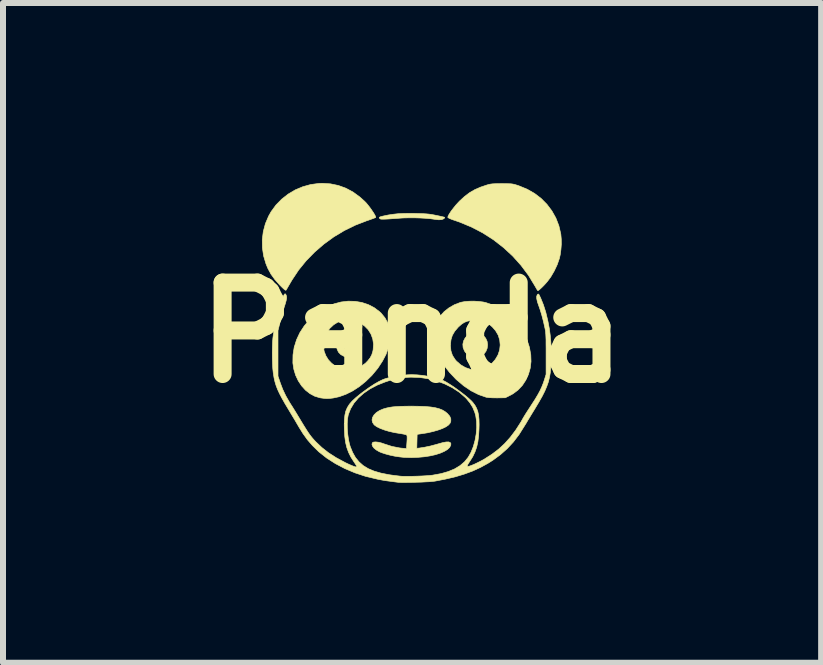
<source format=kicad_pcb>
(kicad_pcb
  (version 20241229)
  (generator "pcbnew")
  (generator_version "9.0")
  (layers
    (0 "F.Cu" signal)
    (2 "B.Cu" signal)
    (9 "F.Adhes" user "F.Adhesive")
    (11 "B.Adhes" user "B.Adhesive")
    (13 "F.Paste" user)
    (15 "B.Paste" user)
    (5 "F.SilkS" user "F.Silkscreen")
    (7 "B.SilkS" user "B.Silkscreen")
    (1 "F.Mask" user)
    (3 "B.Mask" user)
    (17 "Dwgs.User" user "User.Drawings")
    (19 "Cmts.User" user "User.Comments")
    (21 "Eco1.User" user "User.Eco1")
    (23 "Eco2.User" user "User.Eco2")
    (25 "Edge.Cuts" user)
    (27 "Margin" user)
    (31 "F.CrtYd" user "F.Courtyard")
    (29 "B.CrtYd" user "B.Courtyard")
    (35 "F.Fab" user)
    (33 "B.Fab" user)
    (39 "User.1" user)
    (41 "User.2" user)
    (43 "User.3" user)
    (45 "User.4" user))
  (footprint "Panda"
    (layer "F.Cu")
    (at 3.817 2.494)
    (property "Reference" "Panda" (at 0 0 0) (layer "F.SilkS") (effects (font (size 1.524 1.524) (thickness 0.3))))
    (attr through_hole)
    (fp_poly (pts (xy -0.995 0.012) (xy -0.943 0.037) (xy -0.899 0.077) (xy -0.869 0.125) (xy -0.852 0.182) (xy -0.853 0.237) (xy -0.869 0.288) (xy -0.899 0.333) (xy -0.939 0.37) (xy -0.988 0.395) (xy -1.043 0.407) (xy -1.102 0.404) (xy -1.133 0.395) (xy -1.187 0.366) (xy -1.227 0.324) (xy -1.251 0.27) (xy -1.259 0.207) (xy -1.138 0.207) (xy -1.137 0.236) (xy -1.129 0.254) (xy -1.118 0.264) (xy -1.088 0.276) (xy -1.052 0.279) (xy -1.018 0.274) (xy -1.006 0.267) (xy -0.995 0.253) (xy -0.991 0.23) (xy -0.991 0.205) (xy -0.994 0.175) (xy -1 0.159) (xy -1.014 0.151) (xy -1.036 0.146) (xy -1.081 0.143) (xy -1.113 0.154) (xy -1.132 0.181) (xy -1.138 0.207) (xy -1.259 0.207) (xy -1.26 0.206) (xy -1.255 0.151) (xy -1.241 0.108) (xy -1.215 0.071) (xy -1.211 0.066) (xy -1.163 0.028) (xy -1.109 0.006) (xy -1.052 0.001) (xy -0.995 0.012)) (stroke (width 0.01) (type solid)) (fill yes) (layer "F.SilkS"))
    (fp_poly (pts (xy 1.103 0.008) (xy 1.155 0.03) (xy 1.201 0.062) (xy 1.227 0.092) (xy 1.251 0.144) (xy 1.259 0.203) (xy 1.252 0.261) (xy 1.23 0.315) (xy 1.194 0.359) (xy 1.194 0.359) (xy 1.144 0.39) (xy 1.086 0.407) (xy 1.025 0.407) (xy 0.985 0.398) (xy 0.931 0.37) (xy 0.889 0.328) (xy 0.873 0.303) (xy 0.851 0.248) (xy 0.848 0.207) (xy 0.968 0.207) (xy 0.973 0.235) (xy 0.991 0.26) (xy 1.019 0.276) (xy 1.047 0.28) (xy 1.075 0.278) (xy 1.095 0.273) (xy 1.097 0.272) (xy 1.11 0.254) (xy 1.119 0.225) (xy 1.123 0.194) (xy 1.122 0.182) (xy 1.109 0.16) (xy 1.082 0.146) (xy 1.045 0.142) (xy 1.03 0.144) (xy 0.996 0.157) (xy 0.976 0.179) (xy 0.968 0.207) (xy 0.848 0.207) (xy 0.847 0.192) (xy 0.859 0.138) (xy 0.885 0.088) (xy 0.922 0.047) (xy 0.97 0.017) (xy 1.027 0.001) (xy 1.051 0) (xy 1.103 0.008)) (stroke (width 0.01) (type solid)) (fill yes) (layer "F.SilkS"))
    (fp_poly (pts (xy 0.04 -1.987) (xy 0.119 -1.985) (xy 0.182 -1.983) (xy 0.233 -1.98) (xy 0.279 -1.976) (xy 0.321 -1.97) (xy 0.366 -1.962) (xy 0.4 -1.955) (xy 0.449 -1.945) (xy 0.492 -1.935) (xy 0.524 -1.928) (xy 0.542 -1.923) (xy 0.543 -1.922) (xy 0.543 -1.913) (xy 0.53 -1.899) (xy 0.529 -1.898) (xy 0.495 -1.884) (xy 0.445 -1.881) (xy 0.378 -1.888) (xy 0.37 -1.89) (xy 0.304 -1.899) (xy 0.224 -1.906) (xy 0.134 -1.911) (xy 0.041 -1.914) (xy -0.051 -1.914) (xy -0.135 -1.912) (xy -0.175 -1.91) (xy -0.267 -1.903) (xy -0.341 -1.898) (xy -0.399 -1.894) (xy -0.444 -1.892) (xy -0.477 -1.891) (xy -0.5 -1.891) (xy -0.516 -1.892) (xy -0.526 -1.894) (xy -0.532 -1.897) (xy -0.535 -1.899) (xy -0.546 -1.912) (xy -0.546 -1.921) (xy -0.531 -1.93) (xy -0.499 -1.939) (xy -0.478 -1.944) (xy -0.396 -1.961) (xy -0.317 -1.973) (xy -0.235 -1.982) (xy -0.147 -1.986) (xy -0.047 -1.988) (xy 0.04 -1.987)) (stroke (width 0.01) (type solid)) (fill yes) (layer "F.SilkS"))
    (fp_poly (pts (xy -1.358 -2.48) (xy -1.228 -2.453) (xy -1.104 -2.408) (xy -0.984 -2.344) (xy -0.869 -2.26) (xy -0.79 -2.189) (xy -0.761 -2.159) (xy -0.731 -2.122) (xy -0.699 -2.081) (xy -0.669 -2.038) (xy -0.642 -1.998) (xy -0.621 -1.963) (xy -0.608 -1.936) (xy -0.606 -1.921) (xy -0.606 -1.919) (xy -0.618 -1.914) (xy -0.646 -1.903) (xy -0.685 -1.889) (xy -0.733 -1.872) (xy -0.755 -1.865) (xy -0.944 -1.792) (xy -1.128 -1.702) (xy -1.303 -1.597) (xy -1.468 -1.477) (xy -1.623 -1.343) (xy -1.764 -1.199) (xy -1.89 -1.044) (xy -1.999 -0.88) (xy -2.021 -0.843) (xy -2.047 -0.798) (xy -2.07 -0.759) (xy -2.087 -0.729) (xy -2.097 -0.711) (xy -2.098 -0.71) (xy -2.105 -0.706) (xy -2.116 -0.711) (xy -2.135 -0.726) (xy -2.163 -0.752) (xy -2.203 -0.792) (xy -2.206 -0.795) (xy -2.286 -0.885) (xy -2.351 -0.975) (xy -2.403 -1.071) (xy -2.435 -1.149) (xy -2.474 -1.28) (xy -2.494 -1.415) (xy -2.496 -1.55) (xy -2.479 -1.685) (xy -2.444 -1.816) (xy -2.391 -1.941) (xy -2.349 -2.016) (xy -2.268 -2.127) (xy -2.172 -2.225) (xy -2.065 -2.309) (xy -1.947 -2.379) (xy -1.821 -2.432) (xy -1.688 -2.469) (xy -1.552 -2.487) (xy -1.494 -2.489) (xy -1.358 -2.48)) (stroke (width 0.01) (type solid)) (fill yes) (layer "F.SilkS"))
    (fp_poly (pts (xy 1.499 -2.484) (xy 1.563 -2.483) (xy 1.61 -2.482) (xy 1.647 -2.481) (xy 1.677 -2.477) (xy 1.706 -2.471) (xy 1.736 -2.462) (xy 1.774 -2.45) (xy 1.784 -2.446) (xy 1.918 -2.391) (xy 2.041 -2.321) (xy 2.151 -2.237) (xy 2.248 -2.139) (xy 2.33 -2.03) (xy 2.397 -1.911) (xy 2.447 -1.782) (xy 2.479 -1.645) (xy 2.48 -1.637) (xy 2.487 -1.56) (xy 2.488 -1.472) (xy 2.481 -1.382) (xy 2.469 -1.296) (xy 2.455 -1.235) (xy 2.419 -1.132) (xy 2.37 -1.028) (xy 2.312 -0.929) (xy 2.261 -0.86) (xy 2.229 -0.822) (xy 2.194 -0.784) (xy 2.16 -0.75) (xy 2.13 -0.723) (xy 2.108 -0.705) (xy 2.096 -0.7) (xy 2.089 -0.708) (xy 2.076 -0.73) (xy 2.058 -0.761) (xy 2.049 -0.777) (xy 1.941 -0.955) (xy 1.816 -1.122) (xy 1.677 -1.277) (xy 1.523 -1.419) (xy 1.357 -1.548) (xy 1.179 -1.662) (xy 0.991 -1.76) (xy 0.794 -1.842) (xy 0.742 -1.86) (xy 0.68 -1.881) (xy 0.636 -1.898) (xy 0.609 -1.911) (xy 0.597 -1.921) (xy 0.596 -1.924) (xy 0.604 -1.949) (xy 0.624 -1.984) (xy 0.653 -2.028) (xy 0.69 -2.076) (xy 0.73 -2.126) (xy 0.773 -2.173) (xy 0.794 -2.195) (xy 0.877 -2.271) (xy 0.959 -2.333) (xy 1.047 -2.384) (xy 1.144 -2.426) (xy 1.248 -2.461) (xy 1.279 -2.47) (xy 1.309 -2.476) (xy 1.341 -2.48) (xy 1.38 -2.482) (xy 1.43 -2.483) (xy 1.496 -2.484) (xy 1.499 -2.484)) (stroke (width 0.01) (type solid)) (fill yes) (layer "F.SilkS"))
    (fp_poly (pts (xy -0.949 -0.522) (xy -0.836 -0.503) (xy -0.73 -0.468) (xy -0.631 -0.417) (xy -0.543 -0.351) (xy -0.514 -0.324) (xy -0.45 -0.245) (xy -0.403 -0.158) (xy -0.374 -0.065) (xy -0.363 0.035) (xy -0.369 0.14) (xy -0.393 0.249) (xy -0.433 0.36) (xy -0.492 0.473) (xy -0.567 0.588) (xy -0.577 0.601) (xy -0.668 0.711) (xy -0.769 0.81) (xy -0.876 0.897) (xy -0.988 0.97) (xy -1.102 1.027) (xy -1.216 1.068) (xy -1.313 1.089) (xy -1.372 1.096) (xy -1.42 1.098) (xy -1.466 1.095) (xy -1.519 1.088) (xy -1.537 1.085) (xy -1.622 1.059) (xy -1.702 1.016) (xy -1.776 0.958) (xy -1.841 0.886) (xy -1.896 0.803) (xy -1.94 0.71) (xy -1.97 0.61) (xy -1.986 0.506) (xy -1.986 0.499) (xy -1.984 0.37) (xy -1.964 0.243) (xy -1.959 0.228) (xy -1.477 0.228) (xy -1.465 0.31) (xy -1.436 0.385) (xy -1.394 0.453) (xy -1.339 0.511) (xy -1.275 0.558) (xy -1.202 0.593) (xy -1.124 0.614) (xy -1.041 0.618) (xy -0.955 0.605) (xy -0.938 0.6) (xy -0.852 0.563) (xy -0.777 0.51) (xy -0.739 0.471) (xy -0.698 0.419) (xy -0.671 0.368) (xy -0.653 0.309) (xy -0.648 0.282) (xy -0.642 0.191) (xy -0.655 0.104) (xy -0.685 0.023) (xy -0.732 -0.051) (xy -0.794 -0.113) (xy -0.87 -0.163) (xy -0.877 -0.167) (xy -0.912 -0.184) (xy -0.939 -0.195) (xy -0.964 -0.201) (xy -0.994 -0.204) (xy -1.035 -0.205) (xy -1.064 -0.205) (xy -1.115 -0.204) (xy -1.152 -0.202) (xy -1.18 -0.198) (xy -1.205 -0.19) (xy -1.232 -0.178) (xy -1.306 -0.132) (xy -1.37 -0.072) (xy -1.421 0.001) (xy -1.457 0.083) (xy -1.472 0.143) (xy -1.477 0.228) (xy -1.959 0.228) (xy -1.925 0.119) (xy -1.87 0.001) (xy -1.798 -0.11) (xy -1.712 -0.213) (xy -1.612 -0.305) (xy -1.499 -0.385) (xy -1.414 -0.432) (xy -1.3 -0.48) (xy -1.183 -0.511) (xy -1.065 -0.525) (xy -0.949 -0.522)) (stroke (width 0.01) (type solid)) (fill yes) (layer "F.SilkS"))
    (fp_poly (pts (xy 1.113 -0.52) (xy 1.186 -0.511) (xy 1.227 -0.502) (xy 1.358 -0.457) (xy 1.48 -0.395) (xy 1.592 -0.317) (xy 1.693 -0.226) (xy 1.781 -0.123) (xy 1.855 -0.009) (xy 1.914 0.113) (xy 1.956 0.243) (xy 1.979 0.368) (xy 1.983 0.481) (xy 1.97 0.591) (xy 1.94 0.696) (xy 1.895 0.793) (xy 1.837 0.881) (xy 1.765 0.957) (xy 1.682 1.019) (xy 1.64 1.042) (xy 1.554 1.085) (xy 1.419 1.087) (xy 1.346 1.086) (xy 1.286 1.083) (xy 1.242 1.077) (xy 1.235 1.076) (xy 1.109 1.032) (xy 0.984 0.969) (xy 0.862 0.887) (xy 0.743 0.786) (xy 0.731 0.775) (xy 0.626 0.664) (xy 0.537 0.55) (xy 0.466 0.435) (xy 0.413 0.32) (xy 0.381 0.216) (xy 0.64 0.216) (xy 0.648 0.302) (xy 0.673 0.378) (xy 0.717 0.447) (xy 0.739 0.473) (xy 0.811 0.536) (xy 0.89 0.582) (xy 0.974 0.611) (xy 1.062 0.621) (xy 1.15 0.612) (xy 1.199 0.599) (xy 1.241 0.581) (xy 1.28 0.557) (xy 1.322 0.521) (xy 1.326 0.517) (xy 1.388 0.447) (xy 1.433 0.37) (xy 1.46 0.289) (xy 1.469 0.206) (xy 1.461 0.123) (xy 1.436 0.042) (xy 1.392 -0.033) (xy 1.338 -0.095) (xy 1.301 -0.127) (xy 1.26 -0.157) (xy 1.223 -0.178) (xy 1.222 -0.178) (xy 1.193 -0.19) (xy 1.167 -0.198) (xy 1.137 -0.203) (xy 1.099 -0.205) (xy 1.06 -0.205) (xy 0.985 -0.202) (xy 0.925 -0.192) (xy 0.873 -0.172) (xy 0.825 -0.141) (xy 0.775 -0.097) (xy 0.769 -0.091) (xy 0.712 -0.024) (xy 0.672 0.044) (xy 0.649 0.118) (xy 0.64 0.202) (xy 0.64 0.216) (xy 0.381 0.216) (xy 0.378 0.205) (xy 0.363 0.098) (xy 0.362 0.007) (xy 0.375 -0.075) (xy 0.402 -0.157) (xy 0.42 -0.196) (xy 0.469 -0.276) (xy 0.535 -0.35) (xy 0.615 -0.413) (xy 0.705 -0.465) (xy 0.804 -0.503) (xy 0.82 -0.507) (xy 0.88 -0.518) (xy 0.954 -0.524) (xy 1.034 -0.525) (xy 1.113 -0.52)) (stroke (width 0.01) (type solid)) (fill yes) (layer "F.SilkS"))
    (fp_poly (pts (xy 0.118 1.227) (xy 0.223 1.231) (xy 0.312 1.239) (xy 0.387 1.251) (xy 0.45 1.267) (xy 0.503 1.288) (xy 0.548 1.314) (xy 0.587 1.345) (xy 0.59 1.348) (xy 0.628 1.392) (xy 0.646 1.435) (xy 0.646 1.477) (xy 0.634 1.509) (xy 0.608 1.539) (xy 0.565 1.569) (xy 0.505 1.598) (xy 0.433 1.624) (xy 0.349 1.648) (xy 0.257 1.669) (xy 0.175 1.682) (xy 0.085 1.695) (xy 0.082 1.811) (xy 0.079 1.927) (xy 0.122 1.923) (xy 0.207 1.91) (xy 0.303 1.89) (xy 0.404 1.863) (xy 0.436 1.854) (xy 0.51 1.833) (xy 0.568 1.822) (xy 0.609 1.821) (xy 0.635 1.83) (xy 0.647 1.848) (xy 0.645 1.876) (xy 0.626 1.913) (xy 0.589 1.948) (xy 0.535 1.98) (xy 0.468 2.009) (xy 0.389 2.034) (xy 0.299 2.054) (xy 0.201 2.069) (xy 0.097 2.078) (xy -0.011 2.082) (xy -0.122 2.079) (xy -0.14 2.078) (xy -0.212 2.07) (xy -0.291 2.058) (xy -0.37 2.041) (xy -0.444 2.021) (xy -0.508 2) (xy -0.546 1.984) (xy -0.596 1.955) (xy -0.635 1.923) (xy -0.659 1.891) (xy -0.668 1.861) (xy -0.661 1.835) (xy -0.659 1.833) (xy -0.639 1.823) (xy -0.604 1.821) (xy -0.56 1.826) (xy -0.508 1.839) (xy -0.465 1.854) (xy -0.335 1.896) (xy -0.207 1.921) (xy -0.173 1.925) (xy -0.093 1.932) (xy -0.085 1.824) (xy -0.082 1.775) (xy -0.082 1.742) (xy -0.083 1.721) (xy -0.088 1.709) (xy -0.093 1.704) (xy -0.11 1.698) (xy -0.14 1.691) (xy -0.18 1.684) (xy -0.198 1.681) (xy -0.291 1.666) (xy -0.38 1.646) (xy -0.461 1.622) (xy -0.532 1.595) (xy -0.589 1.567) (xy -0.629 1.538) (xy -0.632 1.535) (xy -0.658 1.496) (xy -0.667 1.455) (xy -0.658 1.412) (xy -0.633 1.37) (xy -0.595 1.332) (xy -0.542 1.298) (xy -0.478 1.271) (xy -0.474 1.27) (xy -0.425 1.256) (xy -0.375 1.245) (xy -0.321 1.237) (xy -0.259 1.232) (xy -0.186 1.228) (xy -0.1 1.226) (xy -0.005 1.225) (xy 0.118 1.227)) (stroke (width 0.01) (type solid)) (fill yes) (layer "F.SilkS"))
    (fp_poly (pts (xy -2.11 -0.646) (xy -2.1 -0.63) (xy -2.092 -0.607) (xy -2.09 -0.577) (xy -2.097 -0.538) (xy -2.111 -0.486) (xy -2.125 -0.442) (xy -2.141 -0.391) (xy -2.159 -0.328) (xy -2.178 -0.261) (xy -2.195 -0.196) (xy -2.197 -0.185) (xy -2.234 -0.035) (xy -2.234 0.725) (xy -2.195 0.84) (xy -2.155 0.945) (xy -2.105 1.051) (xy -2.042 1.161) (xy -2.014 1.205) (xy -1.992 1.239) (xy -1.963 1.286) (xy -1.929 1.341) (xy -1.893 1.401) (xy -1.856 1.462) (xy -1.855 1.464) (xy -1.807 1.543) (xy -1.767 1.607) (xy -1.733 1.66) (xy -1.702 1.704) (xy -1.672 1.743) (xy -1.641 1.779) (xy -1.607 1.816) (xy -1.605 1.818) (xy -1.504 1.914) (xy -1.392 2.002) (xy -1.266 2.083) (xy -1.123 2.16) (xy -1.114 2.165) (xy -1.042 2.199) (xy -0.987 2.222) (xy -0.948 2.236) (xy -0.925 2.238) (xy -0.92 2.233) (xy -0.925 2.221) (xy -0.939 2.197) (xy -0.96 2.165) (xy -0.971 2.149) (xy -1.02 2.072) (xy -1.058 1.995) (xy -1.087 1.915) (xy -1.108 1.829) (xy -1.121 1.733) (xy -1.128 1.623) (xy -1.13 1.534) (xy -1.129 1.515) (xy -1.08 1.515) (xy -1.079 1.601) (xy -1.072 1.689) (xy -1.06 1.776) (xy -1.043 1.856) (xy -1.03 1.899) (xy -0.99 1.997) (xy -0.942 2.082) (xy -0.883 2.154) (xy -0.813 2.216) (xy -0.729 2.267) (xy -0.631 2.308) (xy -0.517 2.341) (xy -0.386 2.367) (xy -0.345 2.373) (xy -0.293 2.38) (xy -0.243 2.386) (xy -0.2 2.391) (xy -0.18 2.393) (xy -0.133 2.395) (xy -0.07 2.395) (xy 0.002 2.394) (xy 0.08 2.392) (xy 0.158 2.389) (xy 0.231 2.385) (xy 0.294 2.38) (xy 0.343 2.375) (xy 0.348 2.374) (xy 0.485 2.349) (xy 0.606 2.314) (xy 0.711 2.27) (xy 0.8 2.216) (xy 0.875 2.152) (xy 0.936 2.077) (xy 0.983 1.994) (xy 1.021 1.899) (xy 1.05 1.795) (xy 1.069 1.688) (xy 1.078 1.58) (xy 1.075 1.477) (xy 1.061 1.382) (xy 1.046 1.33) (xy 1.011 1.245) (xy 0.965 1.171) (xy 0.906 1.099) (xy 0.886 1.079) (xy 0.787 0.993) (xy 0.672 0.918) (xy 0.546 0.855) (xy 0.412 0.804) (xy 0.271 0.768) (xy 0.127 0.747) (xy -0.018 0.742) (xy -0.068 0.744) (xy -0.173 0.754) (xy -0.27 0.77) (xy -0.367 0.795) (xy -0.446 0.821) (xy -0.58 0.874) (xy -0.7 0.937) (xy -0.805 1.009) (xy -0.895 1.089) (xy -0.968 1.175) (xy -1.024 1.268) (xy -1.062 1.366) (xy -1.064 1.375) (xy -1.075 1.438) (xy -1.08 1.515) (xy -1.129 1.515) (xy -1.127 1.448) (xy -1.119 1.373) (xy -1.104 1.308) (xy -1.079 1.249) (xy -1.044 1.193) (xy -0.997 1.139) (xy -0.935 1.082) (xy -0.859 1.02) (xy -0.817 0.988) (xy -0.717 0.916) (xy -0.629 0.858) (xy -0.552 0.814) (xy -0.484 0.781) (xy -0.44 0.765) (xy -0.358 0.743) (xy -0.263 0.725) (xy -0.164 0.71) (xy -0.069 0.702) (xy -0.005 0.7) (xy 0.081 0.703) (xy 0.172 0.712) (xy 0.264 0.726) (xy 0.353 0.744) (xy 0.433 0.765) (xy 0.5 0.789) (xy 0.518 0.797) (xy 0.568 0.823) (xy 0.628 0.86) (xy 0.694 0.903) (xy 0.762 0.952) (xy 0.829 1.002) (xy 0.892 1.051) (xy 0.947 1.098) (xy 0.991 1.139) (xy 1.013 1.163) (xy 1.049 1.211) (xy 1.076 1.26) (xy 1.096 1.314) (xy 1.109 1.375) (xy 1.116 1.446) (xy 1.118 1.532) (xy 1.116 1.609) (xy 1.109 1.723) (xy 1.097 1.821) (xy 1.077 1.908) (xy 1.049 1.988) (xy 1.012 2.066) (xy 0.963 2.144) (xy 0.96 2.148) (xy 0.936 2.186) (xy 0.923 2.21) (xy 0.922 2.224) (xy 0.93 2.229) (xy 0.935 2.229) (xy 0.958 2.224) (xy 0.994 2.211) (xy 1.04 2.192) (xy 1.092 2.167) (xy 1.146 2.14) (xy 1.199 2.111) (xy 1.207 2.106) (xy 1.332 2.026) (xy 1.444 1.941) (xy 1.545 1.847) (xy 1.639 1.742) (xy 1.728 1.624) (xy 1.814 1.49) (xy 1.849 1.428) (xy 1.866 1.399) (xy 1.891 1.358) (xy 1.923 1.308) (xy 1.958 1.254) (xy 1.993 1.2) (xy 2.05 1.112) (xy 2.096 1.035) (xy 2.133 0.967) (xy 2.163 0.902) (xy 2.188 0.839) (xy 2.206 0.785) (xy 2.234 0.695) (xy 2.234 0.355) (xy 2.234 0.26) (xy 2.233 0.182) (xy 2.233 0.119) (xy 2.231 0.068) (xy 2.229 0.028) (xy 2.226 -0.006) (xy 2.223 -0.034) (xy 2.218 -0.06) (xy 2.216 -0.07) (xy 2.189 -0.19) (xy 2.162 -0.293) (xy 2.135 -0.382) (xy 2.112 -0.448) (xy 2.089 -0.514) (xy 2.078 -0.566) (xy 2.077 -0.604) (xy 2.086 -0.63) (xy 2.092 -0.637) (xy 2.101 -0.644) (xy 2.108 -0.643) (xy 2.118 -0.631) (xy 2.13 -0.605) (xy 2.143 -0.579) (xy 2.189 -0.465) (xy 2.228 -0.343) (xy 2.261 -0.207) (xy 2.268 -0.174) (xy 2.289 -0.061) (xy 2.303 0.044) (xy 2.313 0.149) (xy 2.318 0.261) (xy 2.319 0.364) (xy 2.318 0.476) (xy 2.313 0.574) (xy 2.305 0.662) (xy 2.291 0.743) (xy 2.272 0.821) (xy 2.245 0.897) (xy 2.211 0.977) (xy 2.168 1.062) (xy 2.114 1.157) (xy 2.05 1.264) (xy 2.044 1.274) (xy 2.006 1.336) (xy 1.967 1.4) (xy 1.93 1.461) (xy 1.899 1.514) (xy 1.874 1.554) (xy 1.874 1.554) (xy 1.784 1.697) (xy 1.689 1.822) (xy 1.586 1.933) (xy 1.473 2.033) (xy 1.348 2.125) (xy 1.266 2.177) (xy 1.142 2.245) (xy 1.012 2.305) (xy 0.871 2.357) (xy 0.719 2.403) (xy 0.551 2.442) (xy 0.38 2.475) (xy 0.344 2.479) (xy 0.292 2.484) (xy 0.229 2.487) (xy 0.157 2.491) (xy 0.08 2.493) (xy 0.003 2.495) (xy -0.07 2.496) (xy -0.136 2.497) (xy -0.191 2.496) (xy -0.232 2.494) (xy -0.24 2.493) (xy -0.32 2.483) (xy -0.387 2.474) (xy -0.446 2.466) (xy -0.503 2.456) (xy -0.566 2.444) (xy -0.593 2.438) (xy -0.776 2.394) (xy -0.952 2.336) (xy -1.12 2.265) (xy -1.278 2.182) (xy -1.423 2.089) (xy -1.553 1.986) (xy -1.66 1.881) (xy -1.744 1.784) (xy -1.818 1.681) (xy -1.89 1.565) (xy -1.89 1.564) (xy -1.916 1.52) (xy -1.949 1.463) (xy -1.987 1.4) (xy -2.026 1.335) (xy -2.06 1.278) (xy -2.12 1.178) (xy -2.169 1.091) (xy -2.209 1.015) (xy -2.241 0.946) (xy -2.266 0.881) (xy -2.285 0.818) (xy -2.3 0.752) (xy -2.311 0.683) (xy -2.314 0.663) (xy -2.321 0.596) (xy -2.325 0.515) (xy -2.328 0.425) (xy -2.329 0.33) (xy -2.327 0.238) (xy -2.324 0.154) (xy -2.319 0.089) (xy -2.305 -0.016) (xy -2.285 -0.13) (xy -2.259 -0.247) (xy -2.229 -0.361) (xy -2.197 -0.469) (xy -2.163 -0.564) (xy -2.149 -0.598) (xy -2.133 -0.631) (xy -2.121 -0.646) (xy -2.11 -0.646)) (stroke (width 0.01) (type solid)) (fill yes) (layer "F.SilkS")))
  (gr_rect
    (start -3 -3)
    (end 10.635 7.995)
    (stroke (width 0.1) (type default))
    (fill no)
    (layer "Edge.Cuts")))
</source>
